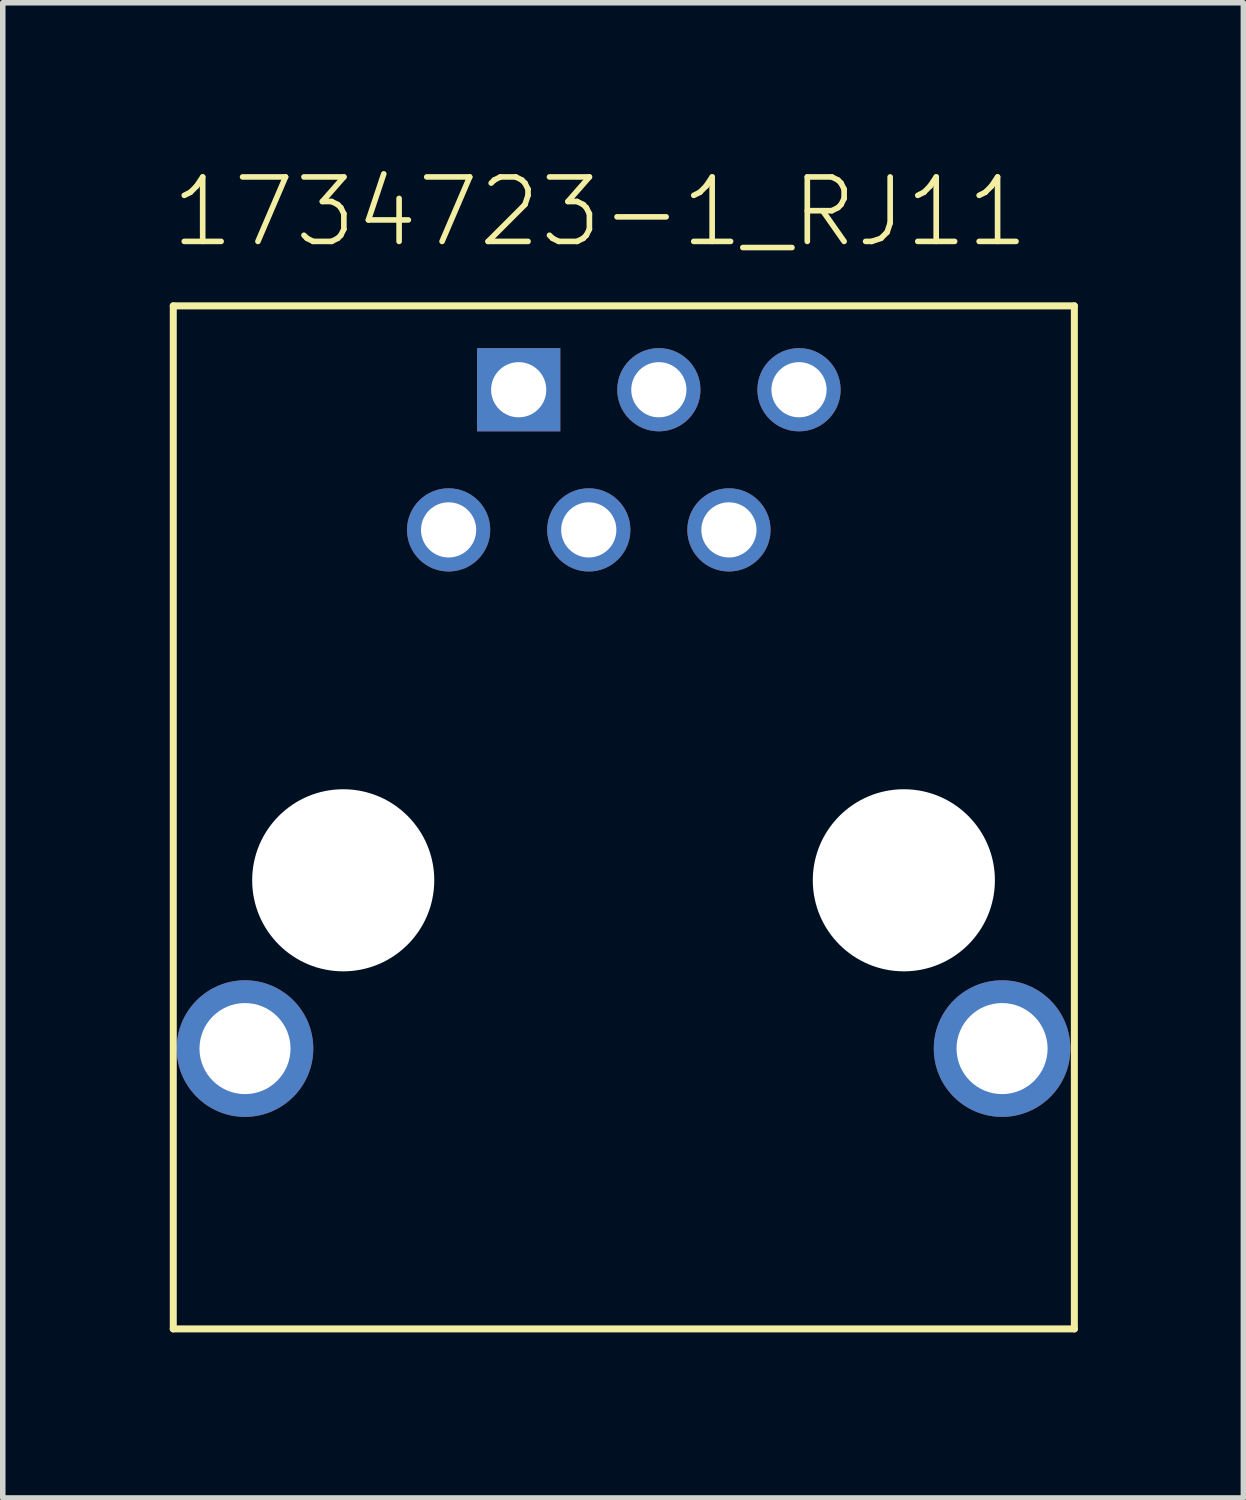
<source format=kicad_pcb>
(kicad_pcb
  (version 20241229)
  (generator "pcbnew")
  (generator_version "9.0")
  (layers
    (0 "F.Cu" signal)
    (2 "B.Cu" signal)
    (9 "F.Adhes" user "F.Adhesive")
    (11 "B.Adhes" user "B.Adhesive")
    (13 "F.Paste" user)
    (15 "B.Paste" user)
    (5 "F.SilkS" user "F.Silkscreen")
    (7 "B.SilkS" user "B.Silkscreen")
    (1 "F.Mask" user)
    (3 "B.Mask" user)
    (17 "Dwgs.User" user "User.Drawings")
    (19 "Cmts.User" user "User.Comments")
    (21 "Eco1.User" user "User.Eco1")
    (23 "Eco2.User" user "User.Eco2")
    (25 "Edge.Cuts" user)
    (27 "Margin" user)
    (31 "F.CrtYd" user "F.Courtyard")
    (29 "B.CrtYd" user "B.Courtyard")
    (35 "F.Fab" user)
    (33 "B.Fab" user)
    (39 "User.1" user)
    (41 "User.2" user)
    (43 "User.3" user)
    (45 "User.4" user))
  (footprint "1734723-1_RJ11"
    (layer "F.Cu")
    (at 8.89 6.553)
    (property "Reference" "1734723-1_RJ11" (at -8.89 -5.08 0) (layer "F.SilkS") (effects (font (size 1.168 1.168) (thickness 0.102)) (justify left bottom)))
    (fp_line (start -8.8 -4.06) (end -8.8 14.48) (stroke (width 0.127) (type solid)) (layer "F.SilkS"))
    (fp_line (start -8.8 -4.06) (end 7.53 -4.06) (stroke (width 0.127) (type solid)) (layer "F.SilkS"))
    (fp_line (start -8.8 14.48) (end 7.53 14.48) (stroke (width 0.127) (type solid)) (layer "F.SilkS"))
    (fp_line (start 7.53 -4.06) (end 7.53 14.48) (stroke (width 0.127) (type solid)) (layer "F.SilkS"))
    (pad "" np_thru_hole circle (at -5.72 6.35) (size 3.3 3.3) (drill 3.3) (layers "*.Cu" "*.Mask"))
    (pad "" np_thru_hole circle (at 4.44 6.35) (size 3.3 3.3) (drill 3.3) (layers "*.Cu" "*.Mask"))
    (pad "1" thru_hole rect (at -2.54 -2.54) (size 1.508 1.508) (drill 1) (layers "*.Cu" "*.Mask"))
    (pad "2" thru_hole circle (at 0 -2.54) (size 1.508 1.508) (drill 1) (layers "*.Cu" "*.Mask"))
    (pad "3" thru_hole circle (at 2.54 -2.54) (size 1.508 1.508) (drill 1) (layers "*.Cu" "*.Mask"))
    (pad "4" thru_hole circle (at -3.81 0) (size 1.508 1.508) (drill 1) (layers "*.Cu" "*.Mask"))
    (pad "5" thru_hole circle (at -1.27 0) (size 1.508 1.508) (drill 1) (layers "*.Cu" "*.Mask"))
    (pad "6" thru_hole circle (at 1.27 0) (size 1.508 1.508) (drill 1) (layers "*.Cu" "*.Mask"))
    (pad "SH1" thru_hole circle (at -7.5 9.4) (size 2.475 2.475) (drill 1.65) (layers "*.Cu" "*.Mask"))
    (pad "SH2" thru_hole circle (at 6.22 9.4) (size 2.475 2.475) (drill 1.65) (layers "*.Cu" "*.Mask")))
  (gr_rect
    (start -3 -3)
    (end 19.483 24.097)
    (stroke (width 0.1) (type default))
    (fill no)
    (layer "Edge.Cuts")))
</source>
